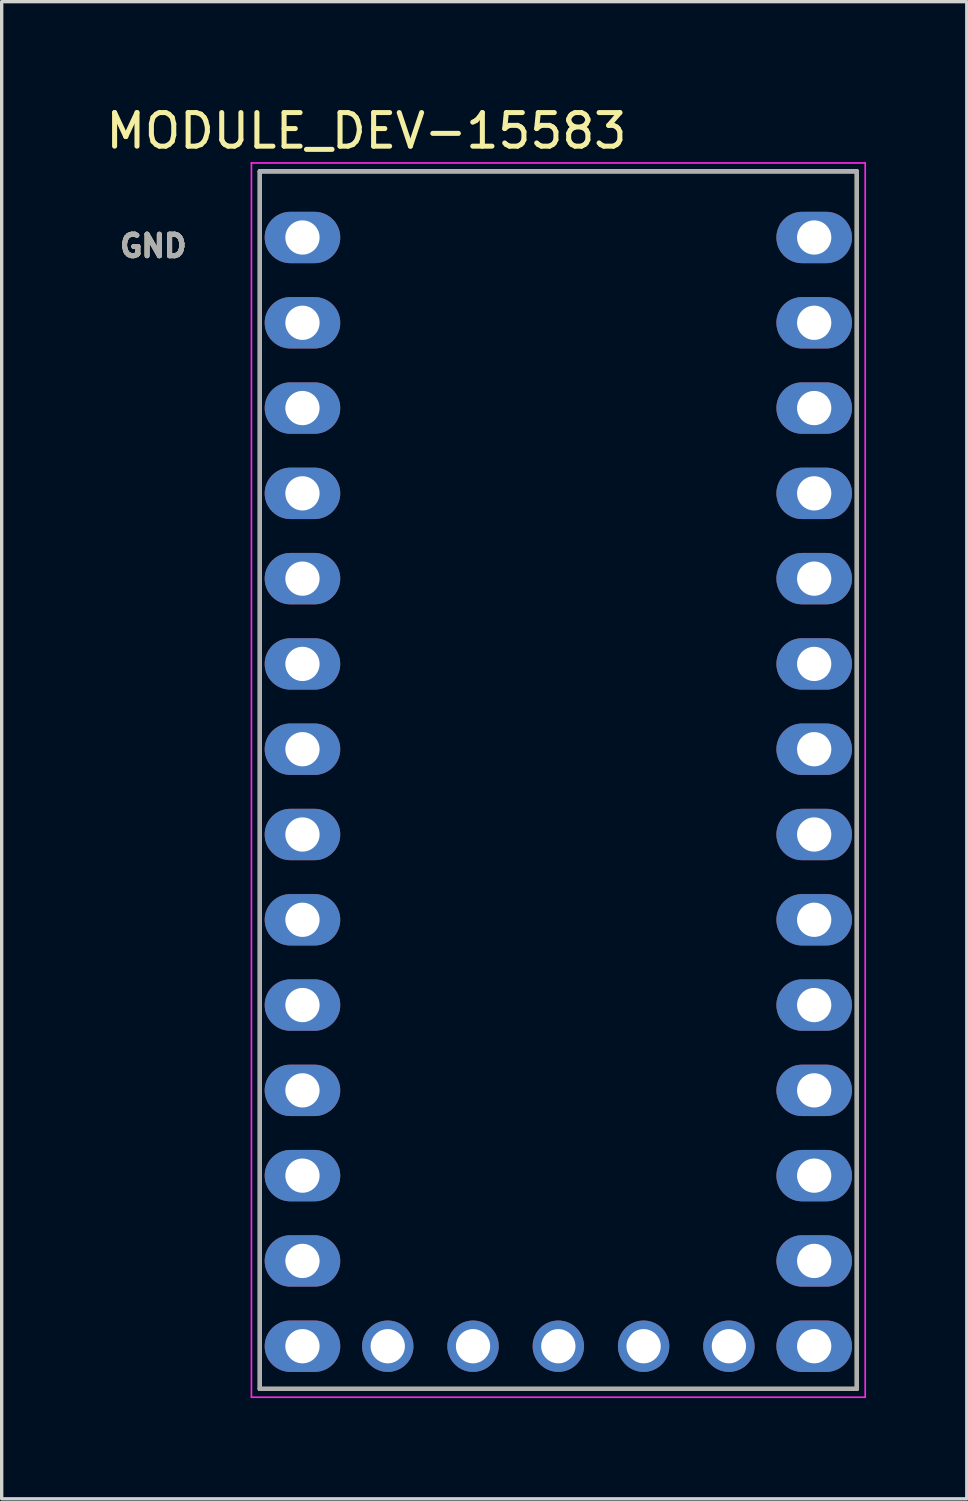
<source format=kicad_pcb>
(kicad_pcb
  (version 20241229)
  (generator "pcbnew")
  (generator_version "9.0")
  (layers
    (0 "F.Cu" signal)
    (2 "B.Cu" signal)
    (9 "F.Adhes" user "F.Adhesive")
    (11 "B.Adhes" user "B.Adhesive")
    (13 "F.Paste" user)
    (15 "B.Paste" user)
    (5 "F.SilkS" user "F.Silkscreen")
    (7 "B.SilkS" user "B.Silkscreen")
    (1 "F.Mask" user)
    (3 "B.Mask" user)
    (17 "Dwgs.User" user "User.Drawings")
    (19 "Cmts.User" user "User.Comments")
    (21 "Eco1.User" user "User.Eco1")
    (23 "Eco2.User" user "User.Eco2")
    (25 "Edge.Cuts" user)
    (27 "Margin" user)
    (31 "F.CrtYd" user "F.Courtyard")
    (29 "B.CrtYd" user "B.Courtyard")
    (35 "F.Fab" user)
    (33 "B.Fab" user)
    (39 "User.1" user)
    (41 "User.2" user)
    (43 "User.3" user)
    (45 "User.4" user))
  (footprint "MODULE_DEV-15583"
    (layer "F.Cu")
    (at 13.578 20.533)
    (property "Reference" "MODULE_DEV-15583" (at -5.715 -19.685 0) (layer "F.SilkS") (effects (font (size 1 1) (thickness 0.15))))
    (attr through_hole)
    (fp_line (start -8.89 -18.48) (end 8.89 -18.48) (stroke (width 0.127) (type solid)) (layer "F.SilkS"))
    (fp_line (start -8.89 17.78) (end -8.89 -18.48) (stroke (width 0.127) (type solid)) (layer "F.SilkS"))
    (fp_line (start 8.89 -18.48) (end 8.89 17.78) (stroke (width 0.127) (type solid)) (layer "F.SilkS"))
    (fp_line (start 8.89 17.78) (end -8.89 17.78) (stroke (width 0.127) (type solid)) (layer "F.SilkS"))
    (fp_line (start -9.14 -18.73) (end 9.14 -18.73) (stroke (width 0.05) (type solid)) (layer "F.CrtYd"))
    (fp_line (start -9.14 18.03) (end -9.14 -18.73) (stroke (width 0.05) (type solid)) (layer "F.CrtYd"))
    (fp_line (start 9.14 -18.73) (end 9.14 18.03) (stroke (width 0.05) (type solid)) (layer "F.CrtYd"))
    (fp_line (start 9.14 18.03) (end -9.14 18.03) (stroke (width 0.05) (type solid)) (layer "F.CrtYd"))
    (fp_line (start -8.89 -18.48) (end 8.89 -18.48) (stroke (width 0.127) (type solid)) (layer "F.Fab"))
    (fp_line (start -8.89 17.78) (end -8.89 -18.48) (stroke (width 0.127) (type solid)) (layer "F.Fab"))
    (fp_line (start 8.89 -18.48) (end 8.89 17.78) (stroke (width 0.127) (type solid)) (layer "F.Fab"))
    (fp_line (start 8.89 17.78) (end -8.89 17.78) (stroke (width 0.127) (type solid)) (layer "F.Fab"))
    (fp_text user "GND" (at -12.065 -16.256 0) (layer "F.SilkS") (effects (font (size 0.64 0.64) (thickness 0.15))))
    (fp_text user "GND" (at -12.065 -16.256 0) (layer "F.Fab") (effects (font (size 0.64 0.64) (thickness 0.15))))
    (pad "0" thru_hole oval (at -7.62 -13.97) (size 2.25 1.53) (drill 1.02) (layers "*.Cu" "*.Mask"))
    (pad "1" thru_hole oval (at -7.62 -11.43) (size 2.25 1.53) (drill 1.02) (layers "*.Cu" "*.Mask"))
    (pad "2" thru_hole oval (at -7.62 -8.89) (size 2.25 1.53) (drill 1.02) (layers "*.Cu" "*.Mask"))
    (pad "3" thru_hole oval (at -7.62 -6.35) (size 2.25 1.53) (drill 1.02) (layers "*.Cu" "*.Mask"))
    (pad "3.3V_1" thru_hole circle (at -2.54 16.51) (size 1.53 1.53) (drill 1.02) (layers "*.Cu" "*.Mask"))
    (pad "3.3V_2" thru_hole oval (at 7.62 -11.43) (size 2.25 1.53) (drill 1.02) (layers "*.Cu" "*.Mask"))
    (pad "4" thru_hole oval (at -7.62 -3.81) (size 2.25 1.53) (drill 1.02) (layers "*.Cu" "*.Mask"))
    (pad "5" thru_hole oval (at -7.62 -1.27) (size 2.25 1.53) (drill 1.02) (layers "*.Cu" "*.Mask"))
    (pad "6" thru_hole oval (at -7.62 1.27) (size 2.25 1.53) (drill 1.02) (layers "*.Cu" "*.Mask"))
    (pad "7" thru_hole oval (at -7.62 3.81) (size 2.25 1.53) (drill 1.02) (layers "*.Cu" "*.Mask"))
    (pad "8" thru_hole oval (at -7.62 6.35) (size 2.25 1.53) (drill 1.02) (layers "*.Cu" "*.Mask"))
    (pad "9" thru_hole oval (at -7.62 8.89) (size 2.25 1.53) (drill 1.02) (layers "*.Cu" "*.Mask"))
    (pad "10" thru_hole oval (at -7.62 11.43) (size 2.25 1.53) (drill 1.02) (layers "*.Cu" "*.Mask"))
    (pad "11" thru_hole oval (at -7.62 13.97) (size 2.25 1.53) (drill 1.02) (layers "*.Cu" "*.Mask"))
    (pad "12" thru_hole oval (at -7.62 16.51) (size 2.25 1.53) (drill 1.02) (layers "*.Cu" "*.Mask"))
    (pad "13" thru_hole oval (at 7.62 16.51) (size 2.25 1.53) (drill 1.02) (layers "*.Cu" "*.Mask"))
    (pad "14" thru_hole oval (at 7.62 13.97) (size 2.25 1.53) (drill 1.02) (layers "*.Cu" "*.Mask"))
    (pad "15" thru_hole oval (at 7.62 11.43) (size 2.25 1.53) (drill 1.02) (layers "*.Cu" "*.Mask"))
    (pad "16" thru_hole oval (at 7.62 8.89) (size 2.25 1.53) (drill 1.02) (layers "*.Cu" "*.Mask"))
    (pad "17" thru_hole oval (at 7.62 6.35) (size 2.25 1.53) (drill 1.02) (layers "*.Cu" "*.Mask"))
    (pad "18" thru_hole oval (at 7.62 3.81) (size 2.25 1.53) (drill 1.02) (layers "*.Cu" "*.Mask"))
    (pad "19" thru_hole oval (at 7.62 1.27) (size 2.25 1.53) (drill 1.02) (layers "*.Cu" "*.Mask"))
    (pad "20" thru_hole oval (at 7.62 -1.27) (size 2.25 1.53) (drill 1.02) (layers "*.Cu" "*.Mask"))
    (pad "21" thru_hole oval (at 7.62 -3.81) (size 2.25 1.53) (drill 1.02) (layers "*.Cu" "*.Mask"))
    (pad "22" thru_hole oval (at 7.62 -6.35) (size 2.25 1.53) (drill 1.02) (layers "*.Cu" "*.Mask"))
    (pad "23" thru_hole oval (at 7.62 -8.89) (size 2.25 1.53) (drill 1.02) (layers "*.Cu" "*.Mask"))
    (pad "G1" thru_hole oval (at -7.62 -16.51) (size 2.25 1.53) (drill 1.02) (layers "*.Cu" "*.Mask"))
    (pad "G2" thru_hole circle (at 0 16.51) (size 1.53 1.53) (drill 1.02) (layers "*.Cu" "*.Mask"))
    (pad "G3" thru_hole oval (at 7.62 -13.97) (size 2.25 1.53) (drill 1.02) (layers "*.Cu" "*.Mask"))
    (pad "ON-OFF" thru_hole circle (at 5.08 16.51) (size 1.53 1.53) (drill 1.02) (layers "*.Cu" "*.Mask"))
    (pad "PGM" thru_hole circle (at 2.54 16.51) (size 1.53 1.53) (drill 1.02) (layers "*.Cu" "*.Mask"))
    (pad "VBAT" thru_hole circle (at -5.08 16.51) (size 1.53 1.53) (drill 1.02) (layers "*.Cu" "*.Mask"))
    (pad "VIN" thru_hole oval (at 7.62 -16.51) (size 2.25 1.53) (drill 1.02) (layers "*.Cu" "*.Mask")))
  (gr_rect
    (start -3 -3)
    (end 25.743 41.588)
    (stroke (width 0.1) (type default))
    (fill no)
    (layer "Edge.Cuts")))
</source>
